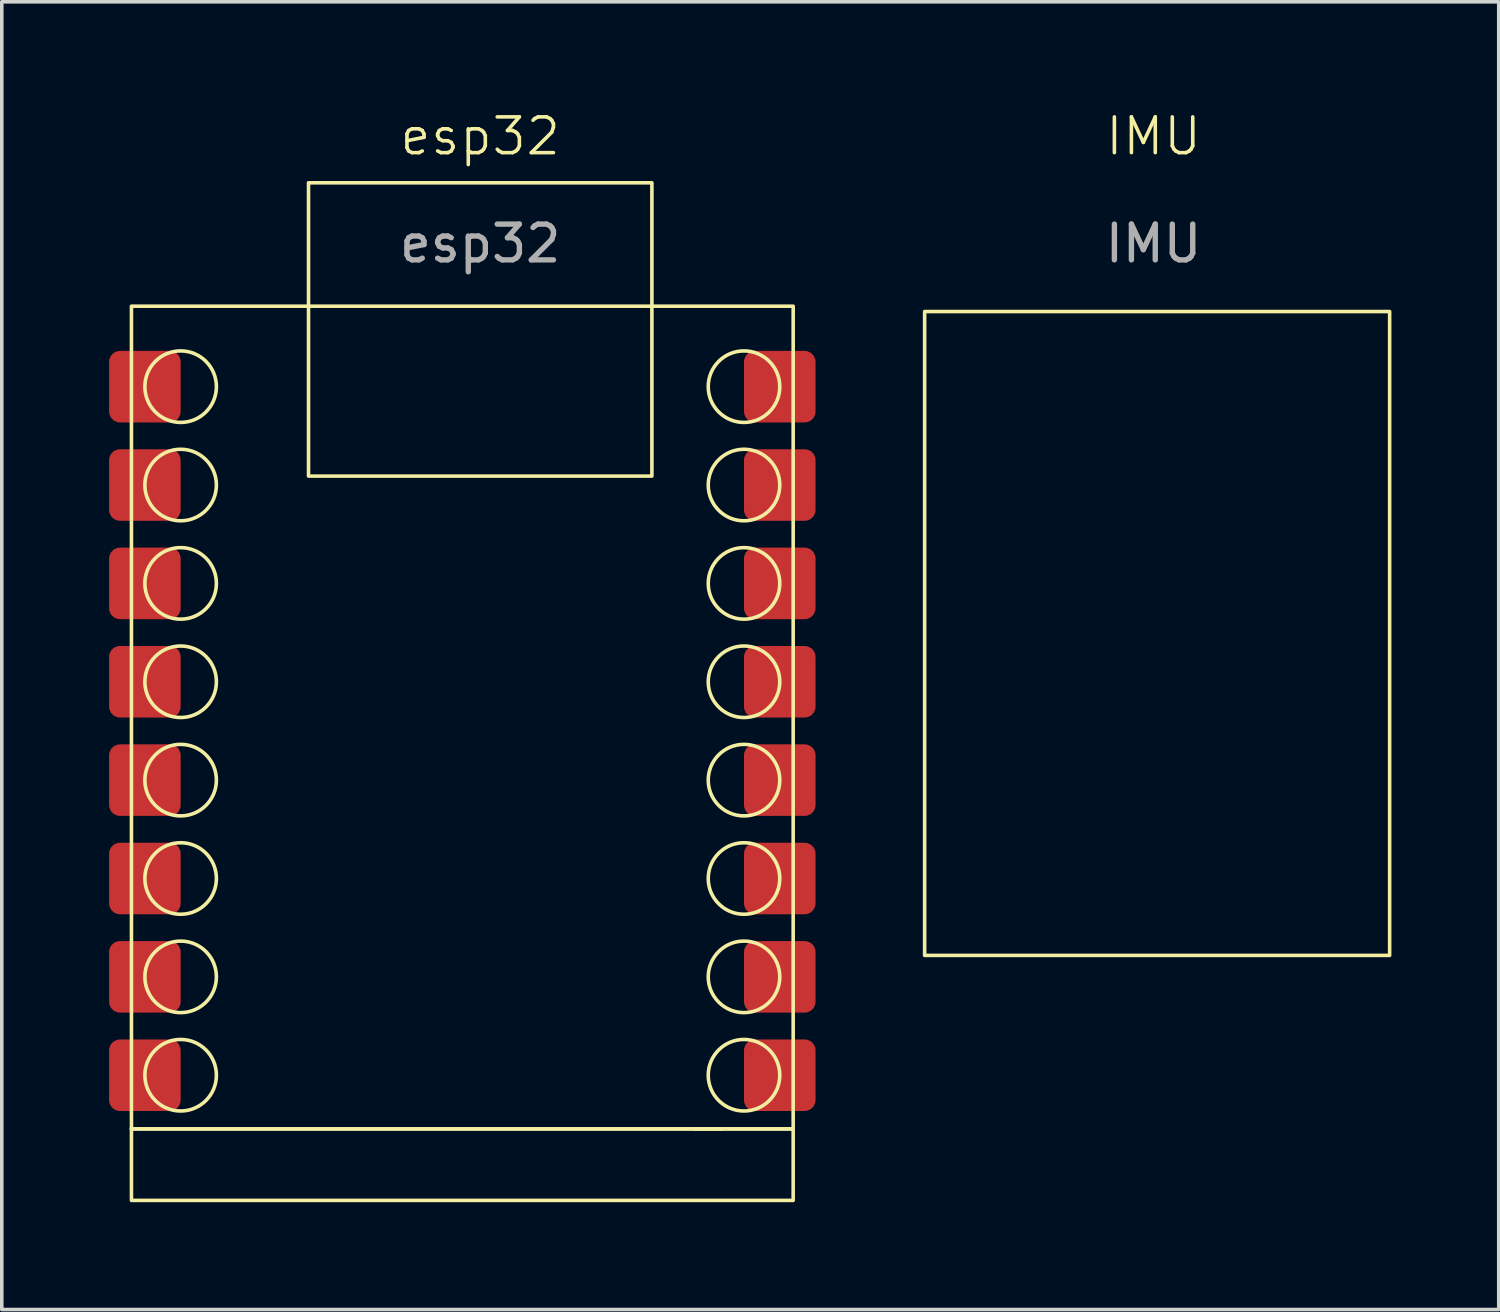
<source format=kicad_pcb>
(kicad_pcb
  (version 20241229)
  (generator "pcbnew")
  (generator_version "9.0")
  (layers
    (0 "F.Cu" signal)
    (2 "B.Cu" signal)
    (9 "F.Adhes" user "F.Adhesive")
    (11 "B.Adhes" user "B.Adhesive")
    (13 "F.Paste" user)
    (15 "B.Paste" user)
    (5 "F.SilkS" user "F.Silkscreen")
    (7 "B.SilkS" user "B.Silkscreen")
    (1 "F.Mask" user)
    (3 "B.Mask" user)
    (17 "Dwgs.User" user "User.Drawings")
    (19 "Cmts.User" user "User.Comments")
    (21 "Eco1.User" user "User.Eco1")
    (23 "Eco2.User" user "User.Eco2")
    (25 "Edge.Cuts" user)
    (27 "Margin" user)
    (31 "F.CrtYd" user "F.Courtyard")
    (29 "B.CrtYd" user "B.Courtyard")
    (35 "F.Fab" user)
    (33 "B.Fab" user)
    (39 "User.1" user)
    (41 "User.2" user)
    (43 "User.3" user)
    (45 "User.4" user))
  (footprint "esp32"
    (layer "F.Cu")
    (at 10.375 1.26)
    (property "Reference" "esp32" (at 0 -0.5 0) (unlocked yes) (layer "F.SilkS") (effects (font (size 1 1) (thickness 0.1))))
    (attr smd)
    (fp_line (start -9.75 27.25) (end 6.75 27.25) (stroke (width 0.1) (type default)) (layer "F.SilkS"))
    (fp_line (start 6.75 27.25) (end -9.75 27.25) (stroke (width 0.1) (type default)) (layer "F.SilkS"))
    (fp_line (start 8.75 27.25) (end 6 27.25) (stroke (width 0.1) (type solid)) (layer "F.SilkS"))
    (fp_line (start 8.75 27.25) (end 6.75 27.25) (stroke (width 0.1) (type default)) (layer "F.SilkS"))
    (fp_rect (start -9.75 4.25) (end 8.75 29.25) (stroke (width 0.1) (type solid)) (fill no) (layer "F.SilkS"))
    (fp_rect (start -4.8 0.8) (end 4.8 9) (stroke (width 0.1) (type default)) (fill no) (layer "F.SilkS"))
    (fp_circle (center -8.375 6.5) (end -7.375 6.5) (stroke (width 0.1) (type solid)) (fill no) (layer "F.SilkS"))
    (fp_circle (center -8.375 9.25) (end -7.375 9.25) (stroke (width 0.1) (type solid)) (fill no) (layer "F.SilkS"))
    (fp_circle (center -8.375 12) (end -7.375 12) (stroke (width 0.1) (type solid)) (fill no) (layer "F.SilkS"))
    (fp_circle (center -8.375 14.75) (end -7.375 14.75) (stroke (width 0.1) (type solid)) (fill no) (layer "F.SilkS"))
    (fp_circle (center -8.375 17.5) (end -7.375 17.5) (stroke (width 0.1) (type solid)) (fill no) (layer "F.SilkS"))
    (fp_circle (center -8.375 20.25) (end -7.375 20.25) (stroke (width 0.1) (type solid)) (fill no) (layer "F.SilkS"))
    (fp_circle (center -8.375 23) (end -7.375 23) (stroke (width 0.1) (type solid)) (fill no) (layer "F.SilkS"))
    (fp_circle (center -8.375 25.75) (end -7.375 25.75) (stroke (width 0.1) (type solid)) (fill no) (layer "F.SilkS"))
    (fp_circle (center 7.375 6.5) (end 8.375 6.5) (stroke (width 0.1) (type solid)) (fill no) (layer "F.SilkS"))
    (fp_circle (center 7.375 9.25) (end 8.375 9.25) (stroke (width 0.1) (type solid)) (fill no) (layer "F.SilkS"))
    (fp_circle (center 7.375 12) (end 8.375 12) (stroke (width 0.1) (type solid)) (fill no) (layer "F.SilkS"))
    (fp_circle (center 7.375 14.75) (end 8.375 14.75) (stroke (width 0.1) (type solid)) (fill no) (layer "F.SilkS"))
    (fp_circle (center 7.375 17.5) (end 8.375 17.5) (stroke (width 0.1) (type solid)) (fill no) (layer "F.SilkS"))
    (fp_circle (center 7.375 20.25) (end 8.375 20.25) (stroke (width 0.1) (type solid)) (fill no) (layer "F.SilkS"))
    (fp_circle (center 7.375 23) (end 8.375 23) (stroke (width 0.1) (type solid)) (fill no) (layer "F.SilkS"))
    (fp_circle (center 7.375 25.75) (end 8.375 25.75) (stroke (width 0.1) (type solid)) (fill no) (layer "F.SilkS"))
    (fp_text user "${REFERENCE}" (at 0 2.5 0) (unlocked yes) (layer "F.Fab") (effects (font (size 1 1) (thickness 0.15))))
    (pad "0" smd roundrect (at 8.375 25.75) (size 2 2) (layers "F.Cu" "F.Mask" "F.Paste") (roundrect_rratio 0.15))
    (pad "1" smd roundrect (at 8.375 23) (size 2 2) (layers "F.Cu" "F.Mask" "F.Paste") (roundrect_rratio 0.15))
    (pad "2" smd roundrect (at 8.375 20.25) (size 2 2) (layers "F.Cu" "F.Mask" "F.Paste") (roundrect_rratio 0.15))
    (pad "3" smd roundrect (at 8.375 17.5) (size 2 2) (layers "F.Cu" "F.Mask" "F.Paste") (roundrect_rratio 0.15))
    (pad "4" smd roundrect (at 8.375 14.75) (size 2 2) (layers "F.Cu" "F.Mask" "F.Paste") (roundrect_rratio 0.15))
    (pad "5" smd roundrect (at -9.375 6.5) (size 2 2) (layers "F.Cu" "F.Mask" "F.Paste") (roundrect_rratio 0.15))
    (pad "6" smd roundrect (at -9.375 9.25) (size 2 2) (layers "F.Cu" "F.Mask" "F.Paste") (roundrect_rratio 0.15))
    (pad "7" smd roundrect (at -9.375 12) (size 2 2) (layers "F.Cu" "F.Mask" "F.Paste") (roundrect_rratio 0.15))
    (pad "8" smd roundrect (at -9.375 14.75) (size 2 2) (layers "F.Cu" "F.Mask" "F.Paste") (roundrect_rratio 0.15))
    (pad "9" smd roundrect (at -9.375 17.5) (size 2 2) (layers "F.Cu" "F.Mask" "F.Paste") (roundrect_rratio 0.15))
    (pad "10" smd roundrect (at -9.375 20.25) (size 2 2) (layers "F.Cu" "F.Mask" "F.Paste") (roundrect_rratio 0.15))
    (pad "20" smd roundrect (at -9.375 23) (size 2 2) (layers "F.Cu" "F.Mask" "F.Paste") (roundrect_rratio 0.15))
    (pad "21" smd roundrect (at -9.375 25.75) (size 2 2) (layers "F.Cu" "F.Mask" "F.Paste") (roundrect_rratio 0.15))
    (pad "51" smd roundrect (at 8.375 6.5) (size 2 2) (layers "F.Cu" "F.Mask" "F.Paste") (roundrect_rratio 0.15))
    (pad "52" smd roundrect (at 8.375 9.25) (size 2 2) (layers "F.Cu" "F.Mask" "F.Paste") (roundrect_rratio 0.15))
    (pad "53" smd roundrect (at 8.375 12) (size 2 2) (layers "F.Cu" "F.Mask" "F.Paste") (roundrect_rratio 0.15)))
  (footprint "IMU"
    (layer "F.Cu")
    (at 29.2 1.26)
    (property "Reference" "IMU" (at 0 -0.5 0) (unlocked yes) (layer "F.SilkS") (effects (font (size 1 1) (thickness 0.1))))
    (attr smd)
    (fp_rect (start -6.4 4.4) (end 6.6 22.4) (stroke (width 0.1) (type solid)) (fill no) (layer "F.SilkS"))
    (fp_text user "${REFERENCE}" (at 0 2.5 0) (unlocked yes) (layer "F.Fab") (effects (font (size 1 1) (thickness 0.15)))))
  (gr_rect
    (start -3 -3)
    (end 38.85 33.56)
    (stroke (width 0.1) (type default))
    (fill no)
    (layer "Edge.Cuts")))
</source>
